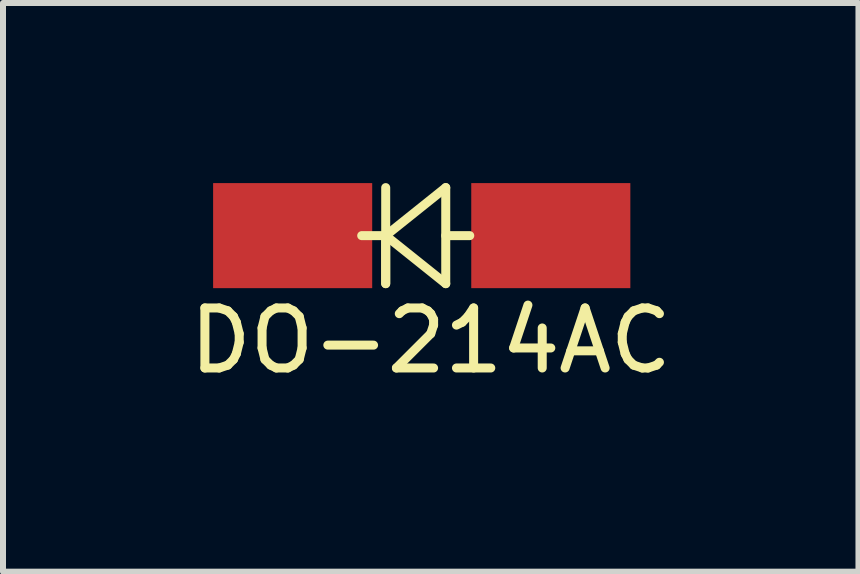
<source format=kicad_pcb>
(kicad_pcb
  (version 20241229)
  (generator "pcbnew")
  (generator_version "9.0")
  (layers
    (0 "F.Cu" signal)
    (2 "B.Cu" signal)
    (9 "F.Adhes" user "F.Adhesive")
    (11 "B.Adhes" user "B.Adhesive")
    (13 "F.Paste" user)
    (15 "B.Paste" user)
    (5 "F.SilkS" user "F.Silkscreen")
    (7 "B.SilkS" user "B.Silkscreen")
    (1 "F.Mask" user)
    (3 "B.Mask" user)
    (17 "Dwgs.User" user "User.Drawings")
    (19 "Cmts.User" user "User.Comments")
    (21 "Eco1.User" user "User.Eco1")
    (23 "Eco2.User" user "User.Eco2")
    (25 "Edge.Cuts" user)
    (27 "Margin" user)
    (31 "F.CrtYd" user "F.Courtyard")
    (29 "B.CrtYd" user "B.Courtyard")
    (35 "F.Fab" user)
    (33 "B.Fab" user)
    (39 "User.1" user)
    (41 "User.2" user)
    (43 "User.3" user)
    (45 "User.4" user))
  (footprint "DO-214AC"
    (layer "F.Cu")
    (at 3.975 0.875)
    (property "Reference" "DO-214AC" (at 0.15 1.75 0) (layer "F.SilkS") (effects (font (size 1 1) (thickness 0.15))))
    (attr through_hole)
    (fp_line (start -0.6 0) (end -1 0) (stroke (width 0.15) (type solid)) (layer "F.SilkS"))
    (fp_line (start -0.6 0) (end -0.6 0.8) (stroke (width 0.15) (type solid)) (layer "F.SilkS"))
    (fp_line (start -0.6 0) (end 0.4 -0.8) (stroke (width 0.15) (type solid)) (layer "F.SilkS"))
    (fp_line (start -0.6 0.8) (end -0.6 -0.8) (stroke (width 0.15) (type solid)) (layer "F.SilkS"))
    (fp_line (start 0.4 -0.8) (end 0.4 0.8) (stroke (width 0.15) (type solid)) (layer "F.SilkS"))
    (fp_line (start 0.4 0) (end 0.8 0) (stroke (width 0.15) (type solid)) (layer "F.SilkS"))
    (fp_line (start 0.4 0.8) (end -0.6 0) (stroke (width 0.15) (type solid)) (layer "F.SilkS"))
    (pad "1" smd rect (at -2.15 0) (size 2.65 1.75) (layers "F.Cu" "F.Mask" "F.Paste"))
    (pad "2" smd rect (at 2.15 0) (size 2.65 1.75) (layers "F.Cu" "F.Mask" "F.Paste")))
  (gr_rect
    (start -3 -3)
    (end 11.25 6.473)
    (stroke (width 0.1) (type default))
    (fill no)
    (layer "Edge.Cuts")))
</source>
